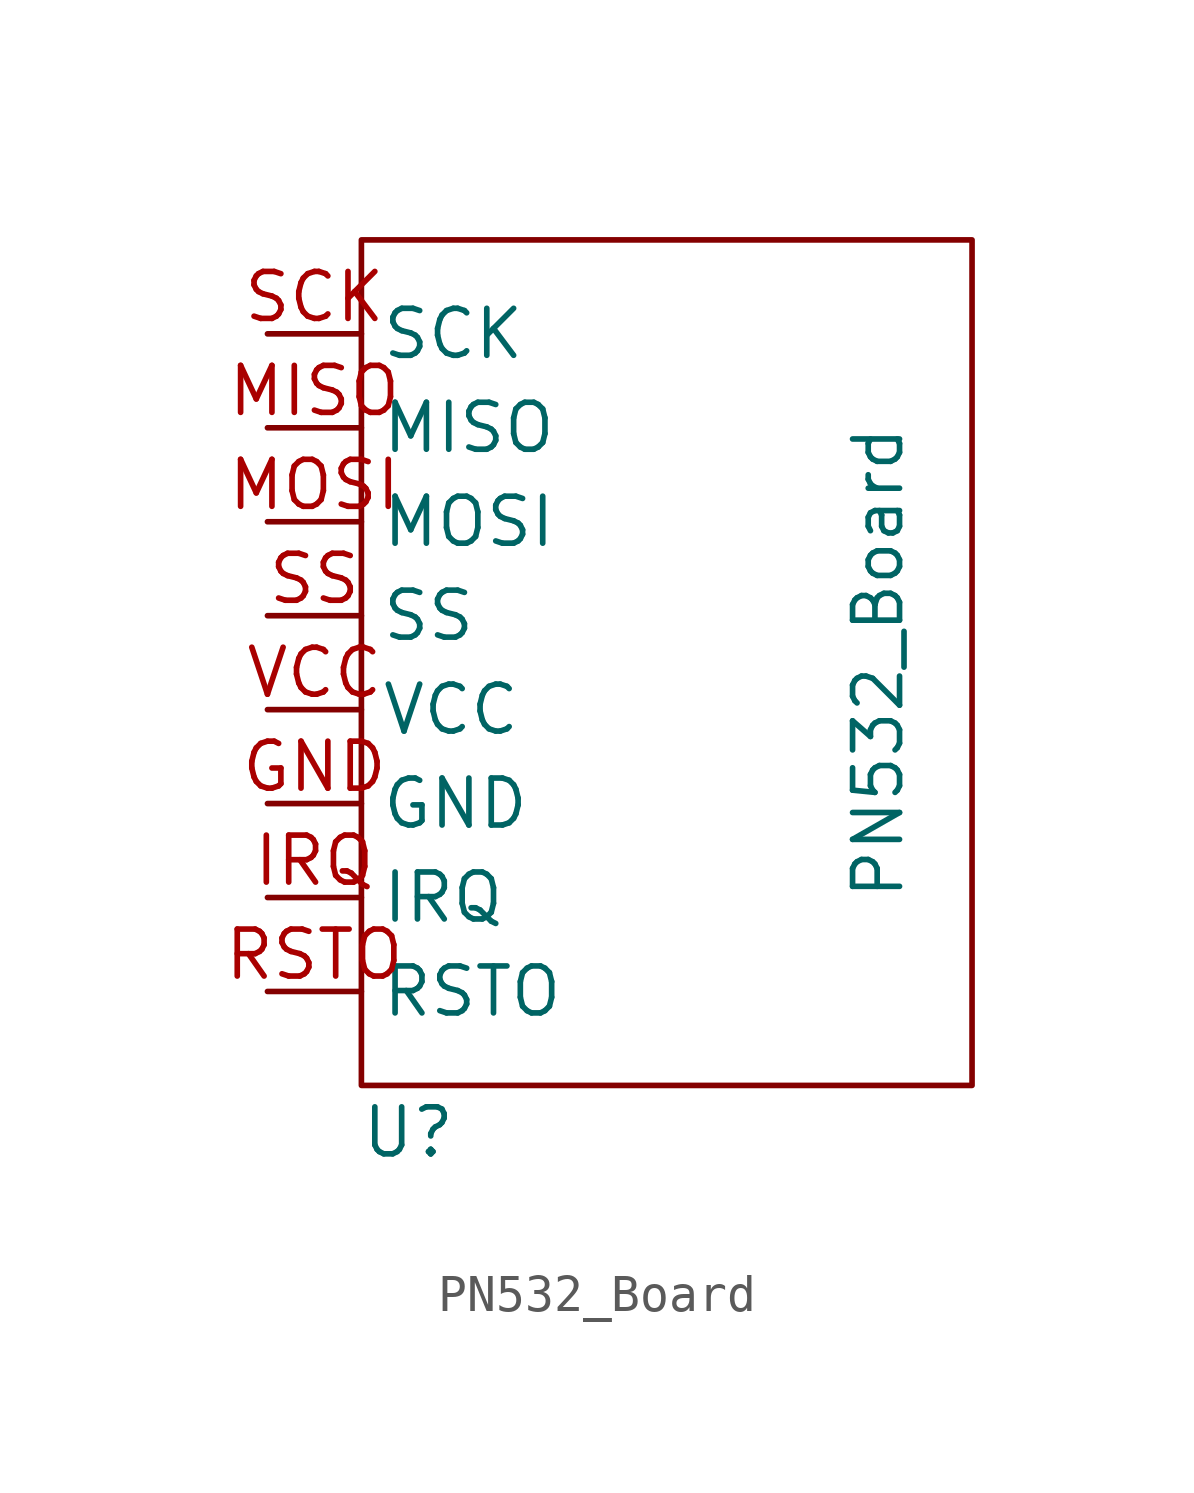
<source format=kicad_sym>
(kicad_symbol_lib
  (version 20211014)
  (generator kicad_symbol_editor)
  (symbol "PN532_Board"
    (property "Reference" "U"
      (at -7.62 -12.7 0)
      (effects (font (size 1.27 1.27))))
    (property "Value" "PN532_Board"
      (at 5.08 0 90)
      (effects (font (size 1.27 1.27))))
    (symbol "PN532_Board_0_1"
      (rectangle (start -8.89 11.43) (end 7.62 -11.43) (stroke (width 0) (type default) (color 0 0 0 0)) (fill (type none))))
    (symbol "PN532_Board_1_1"
      (pin power_in line (at -11.43 -3.81 0) (length 2.54) (name "GND" (effects (font (size 1.27 1.27)))) (number "GND" (effects (font (size 1.27 1.27)))))
      (pin unspecified line (at -11.43 -6.35 0) (length 2.54) (name "IRQ" (effects (font (size 1.27 1.27)))) (number "IRQ" (effects (font (size 1.27 1.27)))))
      (pin bidirectional line (at -11.43 6.35 0) (length 2.54) (name "MISO" (effects (font (size 1.27 1.27)))) (number "MISO" (effects (font (size 1.27 1.27)))))
      (pin bidirectional line (at -11.43 3.81 0) (length 2.54) (name "MOSI" (effects (font (size 1.27 1.27)))) (number "MOSI" (effects (font (size 1.27 1.27)))))
      (pin unspecified line (at -11.43 -8.89 0) (length 2.54) (name "RSTO" (effects (font (size 1.27 1.27)))) (number "RSTO" (effects (font (size 1.27 1.27)))))
      (pin bidirectional line (at -11.43 8.89 0) (length 2.54) (name "SCK" (effects (font (size 1.27 1.27)))) (number "SCK" (effects (font (size 1.27 1.27)))))
      (pin bidirectional line (at -11.43 1.27 0) (length 2.54) (name "SS" (effects (font (size 1.27 1.27)))) (number "SS" (effects (font (size 1.27 1.27)))))
      (pin power_in line (at -11.43 -1.27 0) (length 2.54) (name "VCC" (effects (font (size 1.27 1.27)))) (number "VCC" (effects (font (size 1.27 1.27))))))))
</source>
